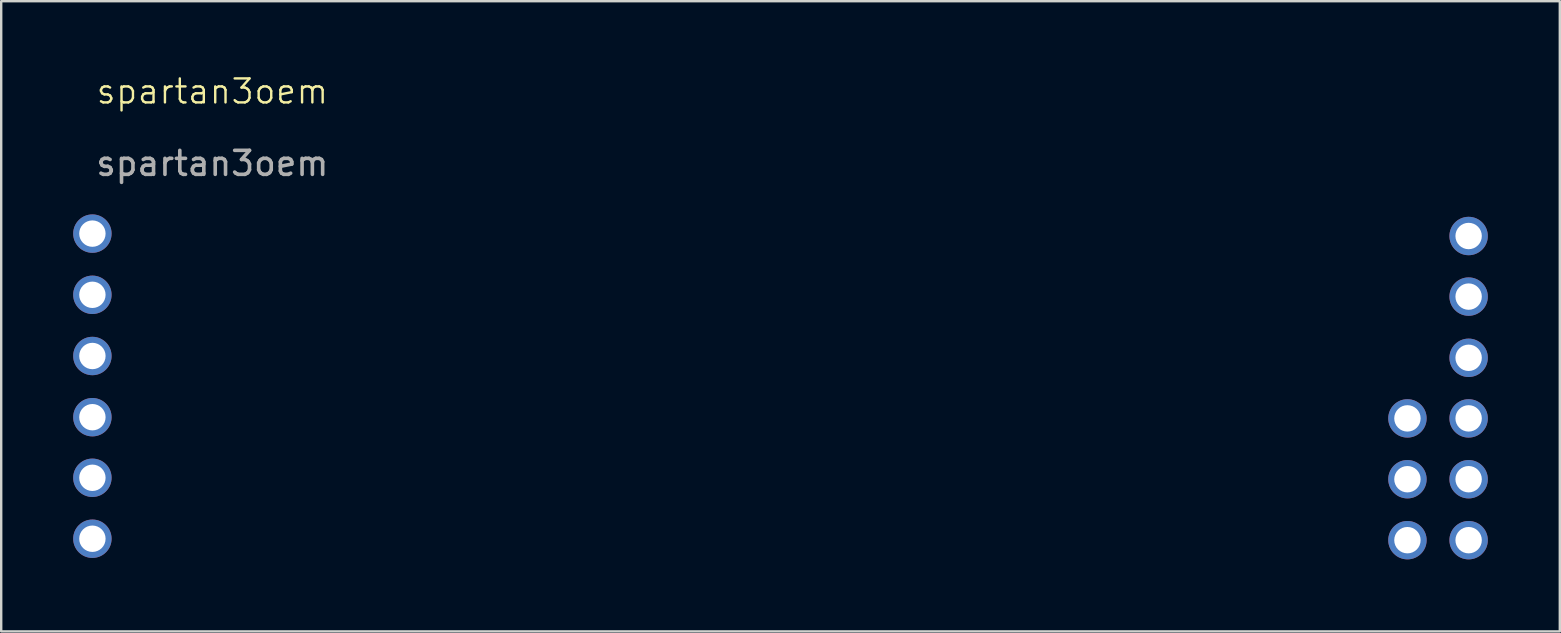
<source format=kicad_pcb>
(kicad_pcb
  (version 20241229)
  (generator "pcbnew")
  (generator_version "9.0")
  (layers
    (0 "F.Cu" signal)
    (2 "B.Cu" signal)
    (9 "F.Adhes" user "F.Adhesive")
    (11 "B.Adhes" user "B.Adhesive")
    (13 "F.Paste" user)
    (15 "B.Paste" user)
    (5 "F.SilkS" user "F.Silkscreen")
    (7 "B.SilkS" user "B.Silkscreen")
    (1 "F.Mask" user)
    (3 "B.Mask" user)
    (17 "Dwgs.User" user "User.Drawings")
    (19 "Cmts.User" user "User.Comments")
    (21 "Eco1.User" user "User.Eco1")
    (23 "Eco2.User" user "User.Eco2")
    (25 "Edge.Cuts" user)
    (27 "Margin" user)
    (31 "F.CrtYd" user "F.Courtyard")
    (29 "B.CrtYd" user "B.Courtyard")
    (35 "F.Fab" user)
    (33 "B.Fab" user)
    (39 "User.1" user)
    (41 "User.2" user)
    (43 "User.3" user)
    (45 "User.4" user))
  (footprint "spartan3oem"
    (layer "F.Cu")
    (at 5.8 1.26)
    (property "Reference" "spartan3oem" (at 0 -0.5 0) (unlocked yes) (layer "F.SilkS") (effects (font (size 1 1) (thickness 0.1))))
    (attr smd)
    (fp_text user "${REFERENCE}" (at 0 2.5 0) (unlocked yes) (layer "F.Fab") (effects (font (size 1 1) (thickness 0.15))))
    (pad "1" thru_hole circle (at -5 5.425) (size 1.6 1.6) (drill 1.1) (layers "*.Cu" "*.Mask"))
    (pad "2" thru_hole circle (at -5 7.975) (size 1.6 1.6) (drill 1.1) (layers "*.Cu" "*.Mask"))
    (pad "3" thru_hole circle (at -5 10.525) (size 1.6 1.6) (drill 1.1) (layers "*.Cu" "*.Mask"))
    (pad "4" thru_hole circle (at -5 13.075) (size 1.6 1.6) (drill 1.1) (layers "*.Cu" "*.Mask"))
    (pad "5" thru_hole circle (at -5 15.6) (size 1.6 1.6) (drill 1.1) (layers "*.Cu" "*.Mask"))
    (pad "6" thru_hole circle (at -5 18.14) (size 1.6 1.6) (drill 1.1) (layers "*.Cu" "*.Mask"))
    (pad "7" thru_hole circle (at 49.8 18.2) (size 1.6 1.6) (drill 1.1) (layers "*.Cu" "*.Mask"))
    (pad "8" thru_hole circle (at 49.8 15.66) (size 1.6 1.6) (drill 1.1) (layers "*.Cu" "*.Mask"))
    (pad "9" thru_hole circle (at 49.8 13.125) (size 1.6 1.6) (drill 1.1) (layers "*.Cu" "*.Mask"))
    (pad "10" thru_hole circle (at 52.35 18.2) (size 1.6 1.6) (drill 1.1) (layers "*.Cu" "*.Mask"))
    (pad "11" thru_hole circle (at 52.35 15.66) (size 1.6 1.6) (drill 1.1) (layers "*.Cu" "*.Mask"))
    (pad "12" thru_hole circle (at 52.35 13.125) (size 1.6 1.6) (drill 1.1) (layers "*.Cu" "*.Mask"))
    (pad "13" thru_hole circle (at 52.35 10.6) (size 1.6 1.6) (drill 1.1) (layers "*.Cu" "*.Mask"))
    (pad "14" thru_hole circle (at 52.35 8.05) (size 1.6 1.6) (drill 1.1) (layers "*.Cu" "*.Mask"))
    (pad "15" thru_hole circle (at 52.35 5.525) (size 1.6 1.6) (drill 1.1) (layers "*.Cu" "*.Mask")))
  (gr_rect
    (start -3 -3)
    (end 61.95 23.261)
    (stroke (width 0.1) (type default))
    (fill no)
    (layer "Edge.Cuts")))
</source>
